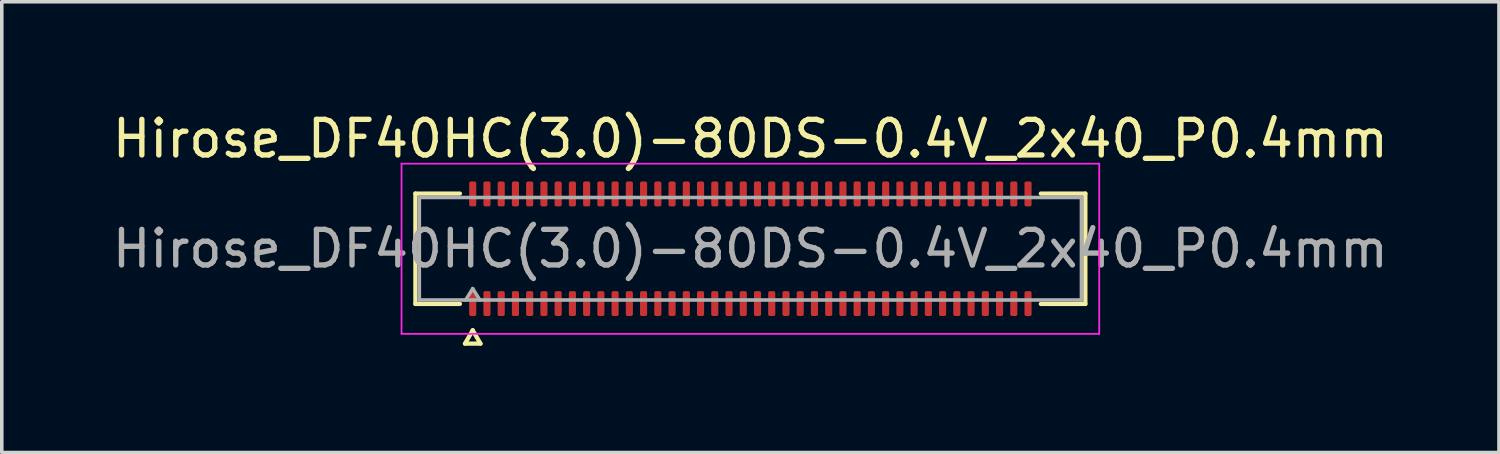
<source format=kicad_pcb>
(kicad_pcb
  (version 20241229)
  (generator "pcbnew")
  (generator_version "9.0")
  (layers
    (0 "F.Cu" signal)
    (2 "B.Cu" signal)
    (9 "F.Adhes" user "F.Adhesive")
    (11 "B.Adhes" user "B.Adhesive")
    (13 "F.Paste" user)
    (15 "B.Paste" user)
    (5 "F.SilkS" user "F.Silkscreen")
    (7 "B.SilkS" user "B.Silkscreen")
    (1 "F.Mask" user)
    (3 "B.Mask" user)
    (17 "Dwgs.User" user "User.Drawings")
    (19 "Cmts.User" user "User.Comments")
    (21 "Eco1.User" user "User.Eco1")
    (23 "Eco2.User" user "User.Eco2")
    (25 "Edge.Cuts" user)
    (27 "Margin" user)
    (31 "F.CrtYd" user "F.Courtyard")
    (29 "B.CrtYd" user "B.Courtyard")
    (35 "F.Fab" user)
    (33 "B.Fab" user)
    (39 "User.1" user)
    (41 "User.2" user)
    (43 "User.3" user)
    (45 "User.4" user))
  (footprint "Hirose_DF40HC(3.0)-80DS-0.4V_2x40_P0.4mm"
    (layer "F.Cu")
    (at 18.03 3.938)
    (property "Reference" "Hirose_DF40HC(3.0)-80DS-0.4V_2x40_P0.4mm" (at 0 -3.09 0) (layer "F.SilkS") (effects (font (size 1 1) (thickness 0.15))))
    (attr smd)
    (fp_line (start -9.41 -1.55) (end -8.16 -1.55) (stroke (width 0.12) (type solid)) (layer "F.SilkS"))
    (fp_line (start -9.41 1.55) (end -9.41 -1.55) (stroke (width 0.12) (type solid)) (layer "F.SilkS"))
    (fp_line (start -8.16 1.55) (end -9.41 1.55) (stroke (width 0.12) (type solid)) (layer "F.SilkS"))
    (fp_line (start -8.017 2.665) (end -7.8 2.29) (stroke (width 0.12) (type solid)) (layer "F.SilkS"))
    (fp_line (start -7.8 2.29) (end -7.583 2.665) (stroke (width 0.12) (type solid)) (layer "F.SilkS"))
    (fp_line (start -7.583 2.665) (end -8.017 2.665) (stroke (width 0.12) (type solid)) (layer "F.SilkS"))
    (fp_line (start 8.16 -1.55) (end 9.41 -1.55) (stroke (width 0.12) (type solid)) (layer "F.SilkS"))
    (fp_line (start 9.41 -1.55) (end 9.41 1.55) (stroke (width 0.12) (type solid)) (layer "F.SilkS"))
    (fp_line (start 9.41 1.55) (end 8.16 1.55) (stroke (width 0.12) (type solid)) (layer "F.SilkS"))
    (fp_line (start -9.8 -2.39) (end -9.8 2.39) (stroke (width 0.05) (type solid)) (layer "F.CrtYd"))
    (fp_line (start -9.8 2.39) (end 9.8 2.39) (stroke (width 0.05) (type solid)) (layer "F.CrtYd"))
    (fp_line (start 9.8 -2.39) (end -9.8 -2.39) (stroke (width 0.05) (type solid)) (layer "F.CrtYd"))
    (fp_line (start 9.8 2.39) (end 9.8 -2.39) (stroke (width 0.05) (type solid)) (layer "F.CrtYd"))
    (fp_line (start -9.3 -1.44) (end 9.3 -1.44) (stroke (width 0.1) (type solid)) (layer "F.Fab"))
    (fp_line (start -9.3 1.44) (end -9.3 -1.44) (stroke (width 0.1) (type solid)) (layer "F.Fab"))
    (fp_line (start -8 1.44) (end -7.8 1.12) (stroke (width 0.1) (type solid)) (layer "F.Fab"))
    (fp_line (start -7.8 1.12) (end -7.6 1.44) (stroke (width 0.1) (type solid)) (layer "F.Fab"))
    (fp_line (start 9.3 -1.44) (end 9.3 1.44) (stroke (width 0.1) (type solid)) (layer "F.Fab"))
    (fp_line (start 9.3 1.44) (end -9.3 1.44) (stroke (width 0.1) (type solid)) (layer "F.Fab"))
    (fp_text user "${REFERENCE}" (at 0 0 0) (layer "F.Fab") (effects (font (size 1 1) (thickness 0.15))))
    (pad "1" smd roundrect (at -7.8 1.54) (size 0.2 0.7) (layers "F.Cu" "F.Mask" "F.Paste") (roundrect_rratio 0.25))
    (pad "2" smd roundrect (at -7.8 -1.54) (size 0.2 0.7) (layers "F.Cu" "F.Mask" "F.Paste") (roundrect_rratio 0.25))
    (pad "3" smd roundrect (at -7.4 1.54) (size 0.2 0.7) (layers "F.Cu" "F.Mask" "F.Paste") (roundrect_rratio 0.25))
    (pad "4" smd roundrect (at -7.4 -1.54) (size 0.2 0.7) (layers "F.Cu" "F.Mask" "F.Paste") (roundrect_rratio 0.25))
    (pad "5" smd roundrect (at -7 1.54) (size 0.2 0.7) (layers "F.Cu" "F.Mask" "F.Paste") (roundrect_rratio 0.25))
    (pad "6" smd roundrect (at -7 -1.54) (size 0.2 0.7) (layers "F.Cu" "F.Mask" "F.Paste") (roundrect_rratio 0.25))
    (pad "7" smd roundrect (at -6.6 1.54) (size 0.2 0.7) (layers "F.Cu" "F.Mask" "F.Paste") (roundrect_rratio 0.25))
    (pad "8" smd roundrect (at -6.6 -1.54) (size 0.2 0.7) (layers "F.Cu" "F.Mask" "F.Paste") (roundrect_rratio 0.25))
    (pad "9" smd roundrect (at -6.2 1.54) (size 0.2 0.7) (layers "F.Cu" "F.Mask" "F.Paste") (roundrect_rratio 0.25))
    (pad "10" smd roundrect (at -6.2 -1.54) (size 0.2 0.7) (layers "F.Cu" "F.Mask" "F.Paste") (roundrect_rratio 0.25))
    (pad "11" smd roundrect (at -5.8 1.54) (size 0.2 0.7) (layers "F.Cu" "F.Mask" "F.Paste") (roundrect_rratio 0.25))
    (pad "12" smd roundrect (at -5.8 -1.54) (size 0.2 0.7) (layers "F.Cu" "F.Mask" "F.Paste") (roundrect_rratio 0.25))
    (pad "13" smd roundrect (at -5.4 1.54) (size 0.2 0.7) (layers "F.Cu" "F.Mask" "F.Paste") (roundrect_rratio 0.25))
    (pad "14" smd roundrect (at -5.4 -1.54) (size 0.2 0.7) (layers "F.Cu" "F.Mask" "F.Paste") (roundrect_rratio 0.25))
    (pad "15" smd roundrect (at -5 1.54) (size 0.2 0.7) (layers "F.Cu" "F.Mask" "F.Paste") (roundrect_rratio 0.25))
    (pad "16" smd roundrect (at -5 -1.54) (size 0.2 0.7) (layers "F.Cu" "F.Mask" "F.Paste") (roundrect_rratio 0.25))
    (pad "17" smd roundrect (at -4.6 1.54) (size 0.2 0.7) (layers "F.Cu" "F.Mask" "F.Paste") (roundrect_rratio 0.25))
    (pad "18" smd roundrect (at -4.6 -1.54) (size 0.2 0.7) (layers "F.Cu" "F.Mask" "F.Paste") (roundrect_rratio 0.25))
    (pad "19" smd roundrect (at -4.2 1.54) (size 0.2 0.7) (layers "F.Cu" "F.Mask" "F.Paste") (roundrect_rratio 0.25))
    (pad "20" smd roundrect (at -4.2 -1.54) (size 0.2 0.7) (layers "F.Cu" "F.Mask" "F.Paste") (roundrect_rratio 0.25))
    (pad "21" smd roundrect (at -3.8 1.54) (size 0.2 0.7) (layers "F.Cu" "F.Mask" "F.Paste") (roundrect_rratio 0.25))
    (pad "22" smd roundrect (at -3.8 -1.54) (size 0.2 0.7) (layers "F.Cu" "F.Mask" "F.Paste") (roundrect_rratio 0.25))
    (pad "23" smd roundrect (at -3.4 1.54) (size 0.2 0.7) (layers "F.Cu" "F.Mask" "F.Paste") (roundrect_rratio 0.25))
    (pad "24" smd roundrect (at -3.4 -1.54) (size 0.2 0.7) (layers "F.Cu" "F.Mask" "F.Paste") (roundrect_rratio 0.25))
    (pad "25" smd roundrect (at -3 1.54) (size 0.2 0.7) (layers "F.Cu" "F.Mask" "F.Paste") (roundrect_rratio 0.25))
    (pad "26" smd roundrect (at -3 -1.54) (size 0.2 0.7) (layers "F.Cu" "F.Mask" "F.Paste") (roundrect_rratio 0.25))
    (pad "27" smd roundrect (at -2.6 1.54) (size 0.2 0.7) (layers "F.Cu" "F.Mask" "F.Paste") (roundrect_rratio 0.25))
    (pad "28" smd roundrect (at -2.6 -1.54) (size 0.2 0.7) (layers "F.Cu" "F.Mask" "F.Paste") (roundrect_rratio 0.25))
    (pad "29" smd roundrect (at -2.2 1.54) (size 0.2 0.7) (layers "F.Cu" "F.Mask" "F.Paste") (roundrect_rratio 0.25))
    (pad "30" smd roundrect (at -2.2 -1.54) (size 0.2 0.7) (layers "F.Cu" "F.Mask" "F.Paste") (roundrect_rratio 0.25))
    (pad "31" smd roundrect (at -1.8 1.54) (size 0.2 0.7) (layers "F.Cu" "F.Mask" "F.Paste") (roundrect_rratio 0.25))
    (pad "32" smd roundrect (at -1.8 -1.54) (size 0.2 0.7) (layers "F.Cu" "F.Mask" "F.Paste") (roundrect_rratio 0.25))
    (pad "33" smd roundrect (at -1.4 1.54) (size 0.2 0.7) (layers "F.Cu" "F.Mask" "F.Paste") (roundrect_rratio 0.25))
    (pad "34" smd roundrect (at -1.4 -1.54) (size 0.2 0.7) (layers "F.Cu" "F.Mask" "F.Paste") (roundrect_rratio 0.25))
    (pad "35" smd roundrect (at -1 1.54) (size 0.2 0.7) (layers "F.Cu" "F.Mask" "F.Paste") (roundrect_rratio 0.25))
    (pad "36" smd roundrect (at -1 -1.54) (size 0.2 0.7) (layers "F.Cu" "F.Mask" "F.Paste") (roundrect_rratio 0.25))
    (pad "37" smd roundrect (at -0.6 1.54) (size 0.2 0.7) (layers "F.Cu" "F.Mask" "F.Paste") (roundrect_rratio 0.25))
    (pad "38" smd roundrect (at -0.6 -1.54) (size 0.2 0.7) (layers "F.Cu" "F.Mask" "F.Paste") (roundrect_rratio 0.25))
    (pad "39" smd roundrect (at -0.2 1.54) (size 0.2 0.7) (layers "F.Cu" "F.Mask" "F.Paste") (roundrect_rratio 0.25))
    (pad "40" smd roundrect (at -0.2 -1.54) (size 0.2 0.7) (layers "F.Cu" "F.Mask" "F.Paste") (roundrect_rratio 0.25))
    (pad "41" smd roundrect (at 0.2 1.54) (size 0.2 0.7) (layers "F.Cu" "F.Mask" "F.Paste") (roundrect_rratio 0.25))
    (pad "42" smd roundrect (at 0.2 -1.54) (size 0.2 0.7) (layers "F.Cu" "F.Mask" "F.Paste") (roundrect_rratio 0.25))
    (pad "43" smd roundrect (at 0.6 1.54) (size 0.2 0.7) (layers "F.Cu" "F.Mask" "F.Paste") (roundrect_rratio 0.25))
    (pad "44" smd roundrect (at 0.6 -1.54) (size 0.2 0.7) (layers "F.Cu" "F.Mask" "F.Paste") (roundrect_rratio 0.25))
    (pad "45" smd roundrect (at 1 1.54) (size 0.2 0.7) (layers "F.Cu" "F.Mask" "F.Paste") (roundrect_rratio 0.25))
    (pad "46" smd roundrect (at 1 -1.54) (size 0.2 0.7) (layers "F.Cu" "F.Mask" "F.Paste") (roundrect_rratio 0.25))
    (pad "47" smd roundrect (at 1.4 1.54) (size 0.2 0.7) (layers "F.Cu" "F.Mask" "F.Paste") (roundrect_rratio 0.25))
    (pad "48" smd roundrect (at 1.4 -1.54) (size 0.2 0.7) (layers "F.Cu" "F.Mask" "F.Paste") (roundrect_rratio 0.25))
    (pad "49" smd roundrect (at 1.8 1.54) (size 0.2 0.7) (layers "F.Cu" "F.Mask" "F.Paste") (roundrect_rratio 0.25))
    (pad "50" smd roundrect (at 1.8 -1.54) (size 0.2 0.7) (layers "F.Cu" "F.Mask" "F.Paste") (roundrect_rratio 0.25))
    (pad "51" smd roundrect (at 2.2 1.54) (size 0.2 0.7) (layers "F.Cu" "F.Mask" "F.Paste") (roundrect_rratio 0.25))
    (pad "52" smd roundrect (at 2.2 -1.54) (size 0.2 0.7) (layers "F.Cu" "F.Mask" "F.Paste") (roundrect_rratio 0.25))
    (pad "53" smd roundrect (at 2.6 1.54) (size 0.2 0.7) (layers "F.Cu" "F.Mask" "F.Paste") (roundrect_rratio 0.25))
    (pad "54" smd roundrect (at 2.6 -1.54) (size 0.2 0.7) (layers "F.Cu" "F.Mask" "F.Paste") (roundrect_rratio 0.25))
    (pad "55" smd roundrect (at 3 1.54) (size 0.2 0.7) (layers "F.Cu" "F.Mask" "F.Paste") (roundrect_rratio 0.25))
    (pad "56" smd roundrect (at 3 -1.54) (size 0.2 0.7) (layers "F.Cu" "F.Mask" "F.Paste") (roundrect_rratio 0.25))
    (pad "57" smd roundrect (at 3.4 1.54) (size 0.2 0.7) (layers "F.Cu" "F.Mask" "F.Paste") (roundrect_rratio 0.25))
    (pad "58" smd roundrect (at 3.4 -1.54) (size 0.2 0.7) (layers "F.Cu" "F.Mask" "F.Paste") (roundrect_rratio 0.25))
    (pad "59" smd roundrect (at 3.8 1.54) (size 0.2 0.7) (layers "F.Cu" "F.Mask" "F.Paste") (roundrect_rratio 0.25))
    (pad "60" smd roundrect (at 3.8 -1.54) (size 0.2 0.7) (layers "F.Cu" "F.Mask" "F.Paste") (roundrect_rratio 0.25))
    (pad "61" smd roundrect (at 4.2 1.54) (size 0.2 0.7) (layers "F.Cu" "F.Mask" "F.Paste") (roundrect_rratio 0.25))
    (pad "62" smd roundrect (at 4.2 -1.54) (size 0.2 0.7) (layers "F.Cu" "F.Mask" "F.Paste") (roundrect_rratio 0.25))
    (pad "63" smd roundrect (at 4.6 1.54) (size 0.2 0.7) (layers "F.Cu" "F.Mask" "F.Paste") (roundrect_rratio 0.25))
    (pad "64" smd roundrect (at 4.6 -1.54) (size 0.2 0.7) (layers "F.Cu" "F.Mask" "F.Paste") (roundrect_rratio 0.25))
    (pad "65" smd roundrect (at 5 1.54) (size 0.2 0.7) (layers "F.Cu" "F.Mask" "F.Paste") (roundrect_rratio 0.25))
    (pad "66" smd roundrect (at 5 -1.54) (size 0.2 0.7) (layers "F.Cu" "F.Mask" "F.Paste") (roundrect_rratio 0.25))
    (pad "67" smd roundrect (at 5.4 1.54) (size 0.2 0.7) (layers "F.Cu" "F.Mask" "F.Paste") (roundrect_rratio 0.25))
    (pad "68" smd roundrect (at 5.4 -1.54) (size 0.2 0.7) (layers "F.Cu" "F.Mask" "F.Paste") (roundrect_rratio 0.25))
    (pad "69" smd roundrect (at 5.8 1.54) (size 0.2 0.7) (layers "F.Cu" "F.Mask" "F.Paste") (roundrect_rratio 0.25))
    (pad "70" smd roundrect (at 5.8 -1.54) (size 0.2 0.7) (layers "F.Cu" "F.Mask" "F.Paste") (roundrect_rratio 0.25))
    (pad "71" smd roundrect (at 6.2 1.54) (size 0.2 0.7) (layers "F.Cu" "F.Mask" "F.Paste") (roundrect_rratio 0.25))
    (pad "72" smd roundrect (at 6.2 -1.54) (size 0.2 0.7) (layers "F.Cu" "F.Mask" "F.Paste") (roundrect_rratio 0.25))
    (pad "73" smd roundrect (at 6.6 1.54) (size 0.2 0.7) (layers "F.Cu" "F.Mask" "F.Paste") (roundrect_rratio 0.25))
    (pad "74" smd roundrect (at 6.6 -1.54) (size 0.2 0.7) (layers "F.Cu" "F.Mask" "F.Paste") (roundrect_rratio 0.25))
    (pad "75" smd roundrect (at 7 1.54) (size 0.2 0.7) (layers "F.Cu" "F.Mask" "F.Paste") (roundrect_rratio 0.25))
    (pad "76" smd roundrect (at 7 -1.54) (size 0.2 0.7) (layers "F.Cu" "F.Mask" "F.Paste") (roundrect_rratio 0.25))
    (pad "77" smd roundrect (at 7.4 1.54) (size 0.2 0.7) (layers "F.Cu" "F.Mask" "F.Paste") (roundrect_rratio 0.25))
    (pad "78" smd roundrect (at 7.4 -1.54) (size 0.2 0.7) (layers "F.Cu" "F.Mask" "F.Paste") (roundrect_rratio 0.25))
    (pad "79" smd roundrect (at 7.8 1.54) (size 0.2 0.7) (layers "F.Cu" "F.Mask" "F.Paste") (roundrect_rratio 0.25))
    (pad "80" smd roundrect (at 7.8 -1.54) (size 0.2 0.7) (layers "F.Cu" "F.Mask" "F.Paste") (roundrect_rratio 0.25)))
  (gr_rect
    (start -3 -3)
    (end 39.06 9.663)
    (stroke (width 0.1) (type default))
    (fill no)
    (layer "Edge.Cuts")))
</source>
